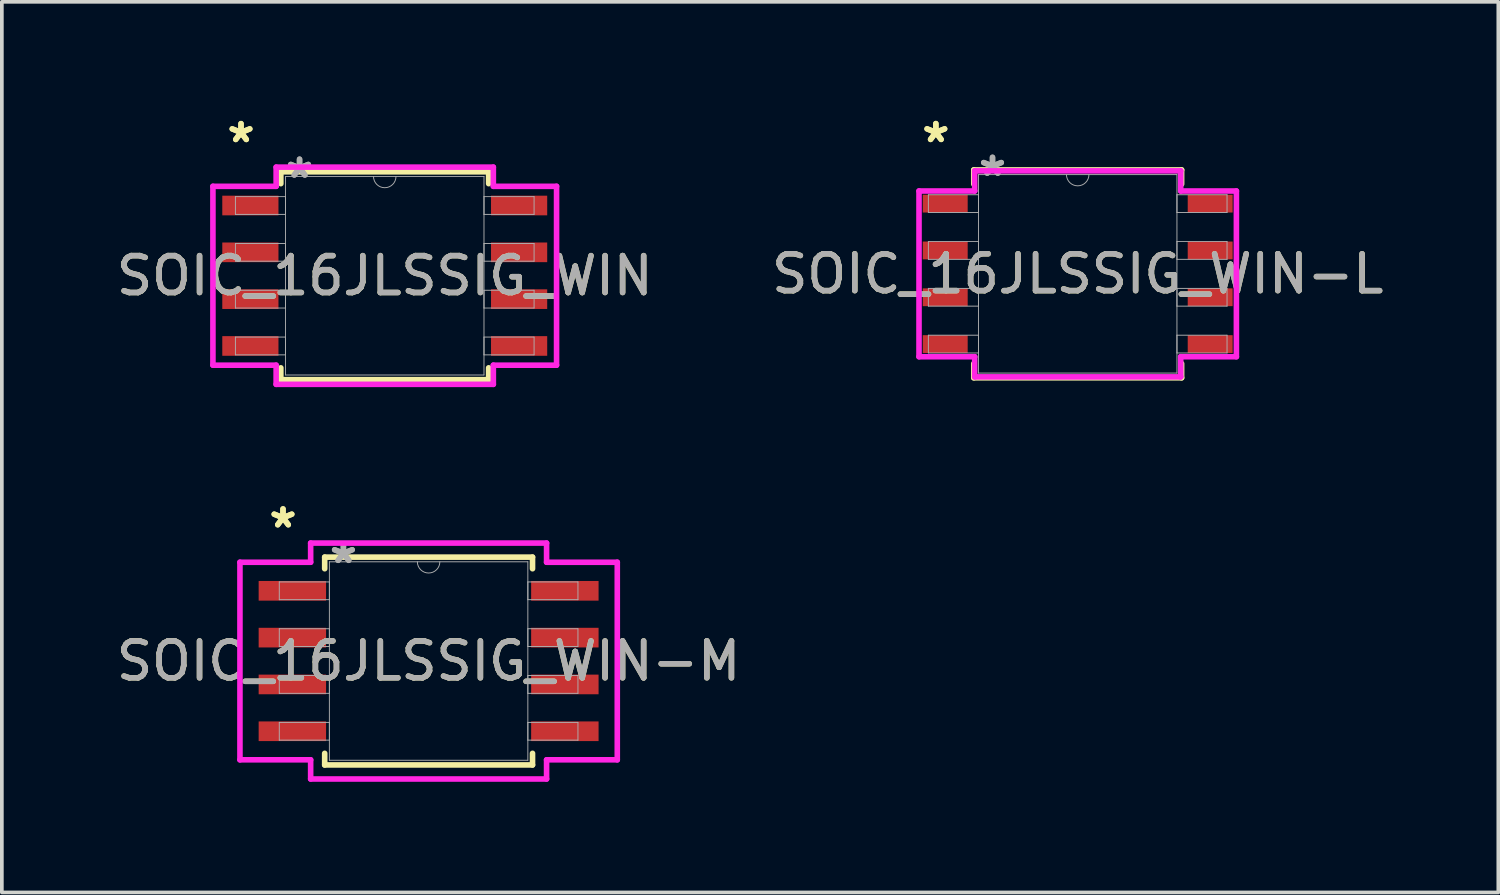
<source format=kicad_pcb>
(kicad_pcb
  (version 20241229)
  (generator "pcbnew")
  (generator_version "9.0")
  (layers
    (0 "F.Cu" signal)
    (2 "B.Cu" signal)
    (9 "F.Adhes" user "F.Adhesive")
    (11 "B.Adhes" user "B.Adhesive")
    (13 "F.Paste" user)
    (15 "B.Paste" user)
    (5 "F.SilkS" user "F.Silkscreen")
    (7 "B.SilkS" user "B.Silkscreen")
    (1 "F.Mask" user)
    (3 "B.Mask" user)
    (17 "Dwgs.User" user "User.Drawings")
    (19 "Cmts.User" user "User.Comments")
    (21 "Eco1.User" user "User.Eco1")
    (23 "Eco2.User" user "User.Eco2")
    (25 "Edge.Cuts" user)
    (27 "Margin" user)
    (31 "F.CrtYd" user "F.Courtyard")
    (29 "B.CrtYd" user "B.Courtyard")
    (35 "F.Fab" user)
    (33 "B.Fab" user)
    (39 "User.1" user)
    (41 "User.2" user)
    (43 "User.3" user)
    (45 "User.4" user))
  (footprint "SOIC_16JLSSIG_WIN-M"
    (layer "F.Cu")
    (at 8.577 14.882)
    (property "Reference" "SOIC_16JLSSIG_WIN-M" (at 0 0 0) (unlocked yes) (layer "F.SilkS") (effects (font (size 1 1) (thickness 0.15))))
    (attr smd)
    (fp_line (start -2.819 -2.819) (end -2.819 -2.504) (stroke (width 0.152) (type solid)) (layer "F.SilkS"))
    (fp_line (start -2.819 2.504) (end -2.819 2.819) (stroke (width 0.152) (type solid)) (layer "F.SilkS"))
    (fp_line (start -2.819 2.819) (end 2.819 2.819) (stroke (width 0.152) (type solid)) (layer "F.SilkS"))
    (fp_line (start 2.819 -2.819) (end -2.819 -2.819) (stroke (width 0.152) (type solid)) (layer "F.SilkS"))
    (fp_line (start 2.819 -2.504) (end 2.819 -2.819) (stroke (width 0.152) (type solid)) (layer "F.SilkS"))
    (fp_line (start 2.819 2.819) (end 2.819 2.504) (stroke (width 0.152) (type solid)) (layer "F.SilkS"))
    (fp_line (start -5.118 -2.68) (end -3.2 -2.68) (stroke (width 0.152) (type solid)) (layer "F.CrtYd"))
    (fp_line (start -5.118 2.68) (end -5.118 -2.68) (stroke (width 0.152) (type solid)) (layer "F.CrtYd"))
    (fp_line (start -5.118 2.68) (end -3.2 2.68) (stroke (width 0.152) (type solid)) (layer "F.CrtYd"))
    (fp_line (start -3.2 -3.2) (end 3.2 -3.2) (stroke (width 0.152) (type solid)) (layer "F.CrtYd"))
    (fp_line (start -3.2 -2.68) (end -3.2 -3.2) (stroke (width 0.152) (type solid)) (layer "F.CrtYd"))
    (fp_line (start -3.2 3.2) (end -3.2 2.68) (stroke (width 0.152) (type solid)) (layer "F.CrtYd"))
    (fp_line (start 3.2 -3.2) (end 3.2 -2.68) (stroke (width 0.152) (type solid)) (layer "F.CrtYd"))
    (fp_line (start 3.2 2.68) (end 3.2 3.2) (stroke (width 0.152) (type solid)) (layer "F.CrtYd"))
    (fp_line (start 3.2 3.2) (end -3.2 3.2) (stroke (width 0.152) (type solid)) (layer "F.CrtYd"))
    (fp_line (start 5.118 -2.68) (end 3.2 -2.68) (stroke (width 0.152) (type solid)) (layer "F.CrtYd"))
    (fp_line (start 5.118 -2.68) (end 5.118 2.68) (stroke (width 0.152) (type solid)) (layer "F.CrtYd"))
    (fp_line (start 5.118 2.68) (end 3.2 2.68) (stroke (width 0.152) (type solid)) (layer "F.CrtYd"))
    (fp_line (start -4.051 -2.146) (end -4.051 -1.664) (stroke (width 0.025) (type solid)) (layer "F.Fab"))
    (fp_line (start -4.051 -1.664) (end -2.692 -1.664) (stroke (width 0.025) (type solid)) (layer "F.Fab"))
    (fp_line (start -4.051 -0.876) (end -4.051 -0.394) (stroke (width 0.025) (type solid)) (layer "F.Fab"))
    (fp_line (start -4.051 -0.394) (end -2.692 -0.394) (stroke (width 0.025) (type solid)) (layer "F.Fab"))
    (fp_line (start -4.051 0.394) (end -4.051 0.876) (stroke (width 0.025) (type solid)) (layer "F.Fab"))
    (fp_line (start -4.051 0.876) (end -2.692 0.876) (stroke (width 0.025) (type solid)) (layer "F.Fab"))
    (fp_line (start -4.051 1.664) (end -4.051 2.146) (stroke (width 0.025) (type solid)) (layer "F.Fab"))
    (fp_line (start -4.051 2.146) (end -2.692 2.146) (stroke (width 0.025) (type solid)) (layer "F.Fab"))
    (fp_line (start -2.692 -2.692) (end -2.692 2.692) (stroke (width 0.025) (type solid)) (layer "F.Fab"))
    (fp_line (start -2.692 -2.146) (end -4.051 -2.146) (stroke (width 0.025) (type solid)) (layer "F.Fab"))
    (fp_line (start -2.692 -1.664) (end -2.692 -2.146) (stroke (width 0.025) (type solid)) (layer "F.Fab"))
    (fp_line (start -2.692 -0.876) (end -4.051 -0.876) (stroke (width 0.025) (type solid)) (layer "F.Fab"))
    (fp_line (start -2.692 -0.394) (end -2.692 -0.876) (stroke (width 0.025) (type solid)) (layer "F.Fab"))
    (fp_line (start -2.692 0.394) (end -4.051 0.394) (stroke (width 0.025) (type solid)) (layer "F.Fab"))
    (fp_line (start -2.692 0.876) (end -2.692 0.394) (stroke (width 0.025) (type solid)) (layer "F.Fab"))
    (fp_line (start -2.692 1.664) (end -4.051 1.664) (stroke (width 0.025) (type solid)) (layer "F.Fab"))
    (fp_line (start -2.692 2.146) (end -2.692 1.664) (stroke (width 0.025) (type solid)) (layer "F.Fab"))
    (fp_line (start -2.692 2.692) (end 2.692 2.692) (stroke (width 0.025) (type solid)) (layer "F.Fab"))
    (fp_line (start 2.692 -2.692) (end -2.692 -2.692) (stroke (width 0.025) (type solid)) (layer "F.Fab"))
    (fp_line (start 2.692 -2.146) (end 2.692 -1.664) (stroke (width 0.025) (type solid)) (layer "F.Fab"))
    (fp_line (start 2.692 -1.664) (end 4.051 -1.664) (stroke (width 0.025) (type solid)) (layer "F.Fab"))
    (fp_line (start 2.692 -0.876) (end 2.692 -0.394) (stroke (width 0.025) (type solid)) (layer "F.Fab"))
    (fp_line (start 2.692 -0.394) (end 4.051 -0.394) (stroke (width 0.025) (type solid)) (layer "F.Fab"))
    (fp_line (start 2.692 0.394) (end 2.692 0.876) (stroke (width 0.025) (type solid)) (layer "F.Fab"))
    (fp_line (start 2.692 0.876) (end 4.051 0.876) (stroke (width 0.025) (type solid)) (layer "F.Fab"))
    (fp_line (start 2.692 1.664) (end 2.692 2.146) (stroke (width 0.025) (type solid)) (layer "F.Fab"))
    (fp_line (start 2.692 2.146) (end 4.051 2.146) (stroke (width 0.025) (type solid)) (layer "F.Fab"))
    (fp_line (start 2.692 2.692) (end 2.692 -2.692) (stroke (width 0.025) (type solid)) (layer "F.Fab"))
    (fp_line (start 4.051 -2.146) (end 2.692 -2.146) (stroke (width 0.025) (type solid)) (layer "F.Fab"))
    (fp_line (start 4.051 -1.664) (end 4.051 -2.146) (stroke (width 0.025) (type solid)) (layer "F.Fab"))
    (fp_line (start 4.051 -0.876) (end 2.692 -0.876) (stroke (width 0.025) (type solid)) (layer "F.Fab"))
    (fp_line (start 4.051 -0.394) (end 4.051 -0.876) (stroke (width 0.025) (type solid)) (layer "F.Fab"))
    (fp_line (start 4.051 0.394) (end 2.692 0.394) (stroke (width 0.025) (type solid)) (layer "F.Fab"))
    (fp_line (start 4.051 0.876) (end 4.051 0.394) (stroke (width 0.025) (type solid)) (layer "F.Fab"))
    (fp_line (start 4.051 1.664) (end 2.692 1.664) (stroke (width 0.025) (type solid)) (layer "F.Fab"))
    (fp_line (start 4.051 2.146) (end 4.051 1.664) (stroke (width 0.025) (type solid)) (layer "F.Fab"))
    (fp_arc (start 0.3048 -2.6924) (mid 0 -2.3876) (end -0.3048 -2.6924) (stroke (width 0.0254) (type solid)) (layer "F.Fab"))
    (fp_text user "*" (at -3.95 -3.581 0) (layer "F.SilkS") (effects (font (size 1 1) (thickness 0.15))))
    (fp_text user "*" (at -3.95 -3.581 0) (unlocked yes) (layer "F.SilkS") (effects (font (size 1 1) (thickness 0.15))))
    (fp_text user "*" (at -2.311 -2.616 0) (unlocked yes) (layer "F.Fab") (effects (font (size 1 1) (thickness 0.15))))
    (fp_text user "*" (at -2.311 -2.616 0) (layer "F.Fab") (effects (font (size 1 1) (thickness 0.15))))
    (fp_text user "${REFERENCE}" (at 0 0 0) (unlocked yes) (layer "F.Fab") (effects (font (size 1 1) (thickness 0.15))))
    (pad "1" smd rect (at -3.696 -1.905) (size 1.829 0.533) (layers "F.Cu" "F.Mask" "F.Paste"))
    (pad "2" smd rect (at -3.696 -0.635) (size 1.829 0.533) (layers "F.Cu" "F.Mask" "F.Paste"))
    (pad "3" smd rect (at -3.696 0.635) (size 1.829 0.533) (layers "F.Cu" "F.Mask" "F.Paste"))
    (pad "4" smd rect (at -3.696 1.905) (size 1.829 0.533) (layers "F.Cu" "F.Mask" "F.Paste"))
    (pad "5" smd rect (at 3.696 1.905) (size 1.829 0.533) (layers "F.Cu" "F.Mask" "F.Paste"))
    (pad "6" smd rect (at 3.696 0.635) (size 1.829 0.533) (layers "F.Cu" "F.Mask" "F.Paste"))
    (pad "7" smd rect (at 3.696 -0.635) (size 1.829 0.533) (layers "F.Cu" "F.Mask" "F.Paste"))
    (pad "8" smd rect (at 3.696 -1.905) (size 1.829 0.533) (layers "F.Cu" "F.Mask" "F.Paste")))
  (footprint "SOIC_16JLSSIG_WIN-L"
    (layer "F.Cu")
    (at 26.185 4.379)
    (property "Reference" "SOIC_16JLSSIG_WIN-L" (at 0 0 0) (unlocked yes) (layer "F.SilkS") (effects (font (size 1 1) (thickness 0.15))))
    (attr smd)
    (fp_line (start -2.819 -2.819) (end -2.819 -2.435) (stroke (width 0.152) (type solid)) (layer "F.SilkS"))
    (fp_line (start -2.819 2.435) (end -2.819 2.819) (stroke (width 0.152) (type solid)) (layer "F.SilkS"))
    (fp_line (start -2.819 2.819) (end 2.819 2.819) (stroke (width 0.152) (type solid)) (layer "F.SilkS"))
    (fp_line (start 2.819 -2.819) (end -2.819 -2.819) (stroke (width 0.152) (type solid)) (layer "F.SilkS"))
    (fp_line (start 2.819 -2.435) (end 2.819 -2.819) (stroke (width 0.152) (type solid)) (layer "F.SilkS"))
    (fp_line (start 2.819 2.819) (end 2.819 2.435) (stroke (width 0.152) (type solid)) (layer "F.SilkS"))
    (fp_line (start -4.305 -2.248) (end -2.794 -2.248) (stroke (width 0.152) (type solid)) (layer "F.CrtYd"))
    (fp_line (start -4.305 2.248) (end -4.305 -2.248) (stroke (width 0.152) (type solid)) (layer "F.CrtYd"))
    (fp_line (start -4.305 2.248) (end -2.794 2.248) (stroke (width 0.152) (type solid)) (layer "F.CrtYd"))
    (fp_line (start -2.794 -2.794) (end 2.794 -2.794) (stroke (width 0.152) (type solid)) (layer "F.CrtYd"))
    (fp_line (start -2.794 -2.248) (end -2.794 -2.794) (stroke (width 0.152) (type solid)) (layer "F.CrtYd"))
    (fp_line (start -2.794 2.794) (end -2.794 2.248) (stroke (width 0.152) (type solid)) (layer "F.CrtYd"))
    (fp_line (start 2.794 -2.794) (end 2.794 -2.248) (stroke (width 0.152) (type solid)) (layer "F.CrtYd"))
    (fp_line (start 2.794 2.248) (end 2.794 2.794) (stroke (width 0.152) (type solid)) (layer "F.CrtYd"))
    (fp_line (start 2.794 2.794) (end -2.794 2.794) (stroke (width 0.152) (type solid)) (layer "F.CrtYd"))
    (fp_line (start 4.305 -2.248) (end 2.794 -2.248) (stroke (width 0.152) (type solid)) (layer "F.CrtYd"))
    (fp_line (start 4.305 -2.248) (end 4.305 2.248) (stroke (width 0.152) (type solid)) (layer "F.CrtYd"))
    (fp_line (start 4.305 2.248) (end 2.794 2.248) (stroke (width 0.152) (type solid)) (layer "F.CrtYd"))
    (fp_line (start -4.051 -2.146) (end -4.051 -1.664) (stroke (width 0.025) (type solid)) (layer "F.Fab"))
    (fp_line (start -4.051 -1.664) (end -2.692 -1.664) (stroke (width 0.025) (type solid)) (layer "F.Fab"))
    (fp_line (start -4.051 -0.876) (end -4.051 -0.394) (stroke (width 0.025) (type solid)) (layer "F.Fab"))
    (fp_line (start -4.051 -0.394) (end -2.692 -0.394) (stroke (width 0.025) (type solid)) (layer "F.Fab"))
    (fp_line (start -4.051 0.394) (end -4.051 0.876) (stroke (width 0.025) (type solid)) (layer "F.Fab"))
    (fp_line (start -4.051 0.876) (end -2.692 0.876) (stroke (width 0.025) (type solid)) (layer "F.Fab"))
    (fp_line (start -4.051 1.664) (end -4.051 2.146) (stroke (width 0.025) (type solid)) (layer "F.Fab"))
    (fp_line (start -4.051 2.146) (end -2.692 2.146) (stroke (width 0.025) (type solid)) (layer "F.Fab"))
    (fp_line (start -2.692 -2.692) (end -2.692 2.692) (stroke (width 0.025) (type solid)) (layer "F.Fab"))
    (fp_line (start -2.692 -2.146) (end -4.051 -2.146) (stroke (width 0.025) (type solid)) (layer "F.Fab"))
    (fp_line (start -2.692 -1.664) (end -2.692 -2.146) (stroke (width 0.025) (type solid)) (layer "F.Fab"))
    (fp_line (start -2.692 -0.876) (end -4.051 -0.876) (stroke (width 0.025) (type solid)) (layer "F.Fab"))
    (fp_line (start -2.692 -0.394) (end -2.692 -0.876) (stroke (width 0.025) (type solid)) (layer "F.Fab"))
    (fp_line (start -2.692 0.394) (end -4.051 0.394) (stroke (width 0.025) (type solid)) (layer "F.Fab"))
    (fp_line (start -2.692 0.876) (end -2.692 0.394) (stroke (width 0.025) (type solid)) (layer "F.Fab"))
    (fp_line (start -2.692 1.664) (end -4.051 1.664) (stroke (width 0.025) (type solid)) (layer "F.Fab"))
    (fp_line (start -2.692 2.146) (end -2.692 1.664) (stroke (width 0.025) (type solid)) (layer "F.Fab"))
    (fp_line (start -2.692 2.692) (end 2.692 2.692) (stroke (width 0.025) (type solid)) (layer "F.Fab"))
    (fp_line (start 2.692 -2.692) (end -2.692 -2.692) (stroke (width 0.025) (type solid)) (layer "F.Fab"))
    (fp_line (start 2.692 -2.146) (end 2.692 -1.664) (stroke (width 0.025) (type solid)) (layer "F.Fab"))
    (fp_line (start 2.692 -1.664) (end 4.051 -1.664) (stroke (width 0.025) (type solid)) (layer "F.Fab"))
    (fp_line (start 2.692 -0.876) (end 2.692 -0.394) (stroke (width 0.025) (type solid)) (layer "F.Fab"))
    (fp_line (start 2.692 -0.394) (end 4.051 -0.394) (stroke (width 0.025) (type solid)) (layer "F.Fab"))
    (fp_line (start 2.692 0.394) (end 2.692 0.876) (stroke (width 0.025) (type solid)) (layer "F.Fab"))
    (fp_line (start 2.692 0.876) (end 4.051 0.876) (stroke (width 0.025) (type solid)) (layer "F.Fab"))
    (fp_line (start 2.692 1.664) (end 2.692 2.146) (stroke (width 0.025) (type solid)) (layer "F.Fab"))
    (fp_line (start 2.692 2.146) (end 4.051 2.146) (stroke (width 0.025) (type solid)) (layer "F.Fab"))
    (fp_line (start 2.692 2.692) (end 2.692 -2.692) (stroke (width 0.025) (type solid)) (layer "F.Fab"))
    (fp_line (start 4.051 -2.146) (end 2.692 -2.146) (stroke (width 0.025) (type solid)) (layer "F.Fab"))
    (fp_line (start 4.051 -1.664) (end 4.051 -2.146) (stroke (width 0.025) (type solid)) (layer "F.Fab"))
    (fp_line (start 4.051 -0.876) (end 2.692 -0.876) (stroke (width 0.025) (type solid)) (layer "F.Fab"))
    (fp_line (start 4.051 -0.394) (end 4.051 -0.876) (stroke (width 0.025) (type solid)) (layer "F.Fab"))
    (fp_line (start 4.051 0.394) (end 2.692 0.394) (stroke (width 0.025) (type solid)) (layer "F.Fab"))
    (fp_line (start 4.051 0.876) (end 4.051 0.394) (stroke (width 0.025) (type solid)) (layer "F.Fab"))
    (fp_line (start 4.051 1.664) (end 2.692 1.664) (stroke (width 0.025) (type solid)) (layer "F.Fab"))
    (fp_line (start 4.051 2.146) (end 4.051 1.664) (stroke (width 0.025) (type solid)) (layer "F.Fab"))
    (fp_arc (start 0.3048 -2.6924) (mid 0 -2.3876) (end -0.3048 -2.6924) (stroke (width 0.0254) (type solid)) (layer "F.Fab"))
    (fp_text user "*" (at -3.848 -3.531 0) (unlocked yes) (layer "F.SilkS") (effects (font (size 1 1) (thickness 0.15))))
    (fp_text user "*" (at -3.848 -3.531 0) (layer "F.SilkS") (effects (font (size 1 1) (thickness 0.15))))
    (fp_text user "*" (at -2.311 -2.616 0) (layer "F.Fab") (effects (font (size 1 1) (thickness 0.15))))
    (fp_text user "${REFERENCE}" (at 0 0 0) (unlocked yes) (layer "F.Fab") (effects (font (size 1 1) (thickness 0.15))))
    (fp_text user "*" (at -2.311 -2.616 0) (unlocked yes) (layer "F.Fab") (effects (font (size 1 1) (thickness 0.15))))
    (pad "1" smd rect (at -3.594 -1.905) (size 1.219 0.483) (layers "F.Cu" "F.Mask" "F.Paste"))
    (pad "2" smd rect (at -3.594 -0.635) (size 1.219 0.483) (layers "F.Cu" "F.Mask" "F.Paste"))
    (pad "3" smd rect (at -3.594 0.635) (size 1.219 0.483) (layers "F.Cu" "F.Mask" "F.Paste"))
    (pad "4" smd rect (at -3.594 1.905) (size 1.219 0.483) (layers "F.Cu" "F.Mask" "F.Paste"))
    (pad "5" smd rect (at 3.594 1.905) (size 1.219 0.483) (layers "F.Cu" "F.Mask" "F.Paste"))
    (pad "6" smd rect (at 3.594 0.635) (size 1.219 0.483) (layers "F.Cu" "F.Mask" "F.Paste"))
    (pad "7" smd rect (at 3.594 -0.635) (size 1.219 0.483) (layers "F.Cu" "F.Mask" "F.Paste"))
    (pad "8" smd rect (at 3.594 -1.905) (size 1.219 0.483) (layers "F.Cu" "F.Mask" "F.Paste")))
  (footprint "SOIC_16JLSSIG_WIN"
    (layer "F.Cu")
    (at 7.387 4.43)
    (property "Reference" "SOIC_16JLSSIG_WIN" (at 0 0 0) (unlocked yes) (layer "F.SilkS") (effects (font (size 1 1) (thickness 0.15))))
    (attr smd)
    (fp_line (start -2.819 -2.819) (end -2.819 -2.498) (stroke (width 0.152) (type solid)) (layer "F.SilkS"))
    (fp_line (start -2.819 2.498) (end -2.819 2.819) (stroke (width 0.152) (type solid)) (layer "F.SilkS"))
    (fp_line (start -2.819 2.819) (end 2.819 2.819) (stroke (width 0.152) (type solid)) (layer "F.SilkS"))
    (fp_line (start 2.819 -2.819) (end -2.819 -2.819) (stroke (width 0.152) (type solid)) (layer "F.SilkS"))
    (fp_line (start 2.819 -2.498) (end 2.819 -2.819) (stroke (width 0.152) (type solid)) (layer "F.SilkS"))
    (fp_line (start 2.819 2.819) (end 2.819 2.498) (stroke (width 0.152) (type solid)) (layer "F.SilkS"))
    (fp_line (start -4.661 -2.426) (end -2.946 -2.426) (stroke (width 0.152) (type solid)) (layer "F.CrtYd"))
    (fp_line (start -4.661 2.426) (end -4.661 -2.426) (stroke (width 0.152) (type solid)) (layer "F.CrtYd"))
    (fp_line (start -4.661 2.426) (end -2.946 2.426) (stroke (width 0.152) (type solid)) (layer "F.CrtYd"))
    (fp_line (start -2.946 -2.946) (end 2.946 -2.946) (stroke (width 0.152) (type solid)) (layer "F.CrtYd"))
    (fp_line (start -2.946 -2.426) (end -2.946 -2.946) (stroke (width 0.152) (type solid)) (layer "F.CrtYd"))
    (fp_line (start -2.946 2.946) (end -2.946 2.426) (stroke (width 0.152) (type solid)) (layer "F.CrtYd"))
    (fp_line (start 2.946 -2.946) (end 2.946 -2.426) (stroke (width 0.152) (type solid)) (layer "F.CrtYd"))
    (fp_line (start 2.946 2.426) (end 2.946 2.946) (stroke (width 0.152) (type solid)) (layer "F.CrtYd"))
    (fp_line (start 2.946 2.946) (end -2.946 2.946) (stroke (width 0.152) (type solid)) (layer "F.CrtYd"))
    (fp_line (start 4.661 -2.426) (end 2.946 -2.426) (stroke (width 0.152) (type solid)) (layer "F.CrtYd"))
    (fp_line (start 4.661 -2.426) (end 4.661 2.426) (stroke (width 0.152) (type solid)) (layer "F.CrtYd"))
    (fp_line (start 4.661 2.426) (end 2.946 2.426) (stroke (width 0.152) (type solid)) (layer "F.CrtYd"))
    (fp_line (start -4.051 -2.146) (end -4.051 -1.664) (stroke (width 0.025) (type solid)) (layer "F.Fab"))
    (fp_line (start -4.051 -1.664) (end -2.692 -1.664) (stroke (width 0.025) (type solid)) (layer "F.Fab"))
    (fp_line (start -4.051 -0.876) (end -4.051 -0.394) (stroke (width 0.025) (type solid)) (layer "F.Fab"))
    (fp_line (start -4.051 -0.394) (end -2.692 -0.394) (stroke (width 0.025) (type solid)) (layer "F.Fab"))
    (fp_line (start -4.051 0.394) (end -4.051 0.876) (stroke (width 0.025) (type solid)) (layer "F.Fab"))
    (fp_line (start -4.051 0.876) (end -2.692 0.876) (stroke (width 0.025) (type solid)) (layer "F.Fab"))
    (fp_line (start -4.051 1.664) (end -4.051 2.146) (stroke (width 0.025) (type solid)) (layer "F.Fab"))
    (fp_line (start -4.051 2.146) (end -2.692 2.146) (stroke (width 0.025) (type solid)) (layer "F.Fab"))
    (fp_line (start -2.692 -2.692) (end -2.692 2.692) (stroke (width 0.025) (type solid)) (layer "F.Fab"))
    (fp_line (start -2.692 -2.146) (end -4.051 -2.146) (stroke (width 0.025) (type solid)) (layer "F.Fab"))
    (fp_line (start -2.692 -1.664) (end -2.692 -2.146) (stroke (width 0.025) (type solid)) (layer "F.Fab"))
    (fp_line (start -2.692 -0.876) (end -4.051 -0.876) (stroke (width 0.025) (type solid)) (layer "F.Fab"))
    (fp_line (start -2.692 -0.394) (end -2.692 -0.876) (stroke (width 0.025) (type solid)) (layer "F.Fab"))
    (fp_line (start -2.692 0.394) (end -4.051 0.394) (stroke (width 0.025) (type solid)) (layer "F.Fab"))
    (fp_line (start -2.692 0.876) (end -2.692 0.394) (stroke (width 0.025) (type solid)) (layer "F.Fab"))
    (fp_line (start -2.692 1.664) (end -4.051 1.664) (stroke (width 0.025) (type solid)) (layer "F.Fab"))
    (fp_line (start -2.692 2.146) (end -2.692 1.664) (stroke (width 0.025) (type solid)) (layer "F.Fab"))
    (fp_line (start -2.692 2.692) (end 2.692 2.692) (stroke (width 0.025) (type solid)) (layer "F.Fab"))
    (fp_line (start 2.692 -2.692) (end -2.692 -2.692) (stroke (width 0.025) (type solid)) (layer "F.Fab"))
    (fp_line (start 2.692 -2.146) (end 2.692 -1.664) (stroke (width 0.025) (type solid)) (layer "F.Fab"))
    (fp_line (start 2.692 -1.664) (end 4.051 -1.664) (stroke (width 0.025) (type solid)) (layer "F.Fab"))
    (fp_line (start 2.692 -0.876) (end 2.692 -0.394) (stroke (width 0.025) (type solid)) (layer "F.Fab"))
    (fp_line (start 2.692 -0.394) (end 4.051 -0.394) (stroke (width 0.025) (type solid)) (layer "F.Fab"))
    (fp_line (start 2.692 0.394) (end 2.692 0.876) (stroke (width 0.025) (type solid)) (layer "F.Fab"))
    (fp_line (start 2.692 0.876) (end 4.051 0.876) (stroke (width 0.025) (type solid)) (layer "F.Fab"))
    (fp_line (start 2.692 1.664) (end 2.692 2.146) (stroke (width 0.025) (type solid)) (layer "F.Fab"))
    (fp_line (start 2.692 2.146) (end 4.051 2.146) (stroke (width 0.025) (type solid)) (layer "F.Fab"))
    (fp_line (start 2.692 2.692) (end 2.692 -2.692) (stroke (width 0.025) (type solid)) (layer "F.Fab"))
    (fp_line (start 4.051 -2.146) (end 2.692 -2.146) (stroke (width 0.025) (type solid)) (layer "F.Fab"))
    (fp_line (start 4.051 -1.664) (end 4.051 -2.146) (stroke (width 0.025) (type solid)) (layer "F.Fab"))
    (fp_line (start 4.051 -0.876) (end 2.692 -0.876) (stroke (width 0.025) (type solid)) (layer "F.Fab"))
    (fp_line (start 4.051 -0.394) (end 4.051 -0.876) (stroke (width 0.025) (type solid)) (layer "F.Fab"))
    (fp_line (start 4.051 0.394) (end 2.692 0.394) (stroke (width 0.025) (type solid)) (layer "F.Fab"))
    (fp_line (start 4.051 0.876) (end 4.051 0.394) (stroke (width 0.025) (type solid)) (layer "F.Fab"))
    (fp_line (start 4.051 1.664) (end 2.692 1.664) (stroke (width 0.025) (type solid)) (layer "F.Fab"))
    (fp_line (start 4.051 2.146) (end 4.051 1.664) (stroke (width 0.025) (type solid)) (layer "F.Fab"))
    (fp_arc (start 0.3048 -2.6924) (mid 0 -2.3876) (end -0.3048 -2.6924) (stroke (width 0.0254) (type solid)) (layer "F.Fab"))
    (fp_text user "*" (at -3.899 -3.581 0) (layer "F.SilkS") (effects (font (size 1 1) (thickness 0.15))))
    (fp_text user "*" (at -3.899 -3.581 0) (unlocked yes) (layer "F.SilkS") (effects (font (size 1 1) (thickness 0.15))))
    (fp_text user "*" (at -2.311 -2.616 0) (unlocked yes) (layer "F.Fab") (effects (font (size 1 1) (thickness 0.15))))
    (fp_text user "*" (at -2.311 -2.616 0) (layer "F.Fab") (effects (font (size 1 1) (thickness 0.15))))
    (fp_text user "${REFERENCE}" (at 0 0 0) (unlocked yes) (layer "F.Fab") (effects (font (size 1 1) (thickness 0.15))))
    (pad "1" smd rect (at -3.645 -1.905) (size 1.524 0.533) (layers "F.Cu" "F.Mask" "F.Paste"))
    (pad "2" smd rect (at -3.645 -0.635) (size 1.524 0.533) (layers "F.Cu" "F.Mask" "F.Paste"))
    (pad "3" smd rect (at -3.645 0.635) (size 1.524 0.533) (layers "F.Cu" "F.Mask" "F.Paste"))
    (pad "4" smd rect (at -3.645 1.905) (size 1.524 0.533) (layers "F.Cu" "F.Mask" "F.Paste"))
    (pad "5" smd rect (at 3.645 1.905) (size 1.524 0.533) (layers "F.Cu" "F.Mask" "F.Paste"))
    (pad "6" smd rect (at 3.645 0.635) (size 1.524 0.533) (layers "F.Cu" "F.Mask" "F.Paste"))
    (pad "7" smd rect (at 3.645 -0.635) (size 1.524 0.533) (layers "F.Cu" "F.Mask" "F.Paste"))
    (pad "8" smd rect (at 3.645 -1.905) (size 1.524 0.533) (layers "F.Cu" "F.Mask" "F.Paste")))
  (gr_rect
    (start -3 -3)
    (end 37.595 21.159)
    (stroke (width 0.1) (type default))
    (fill no)
    (layer "Edge.Cuts")))
</source>
